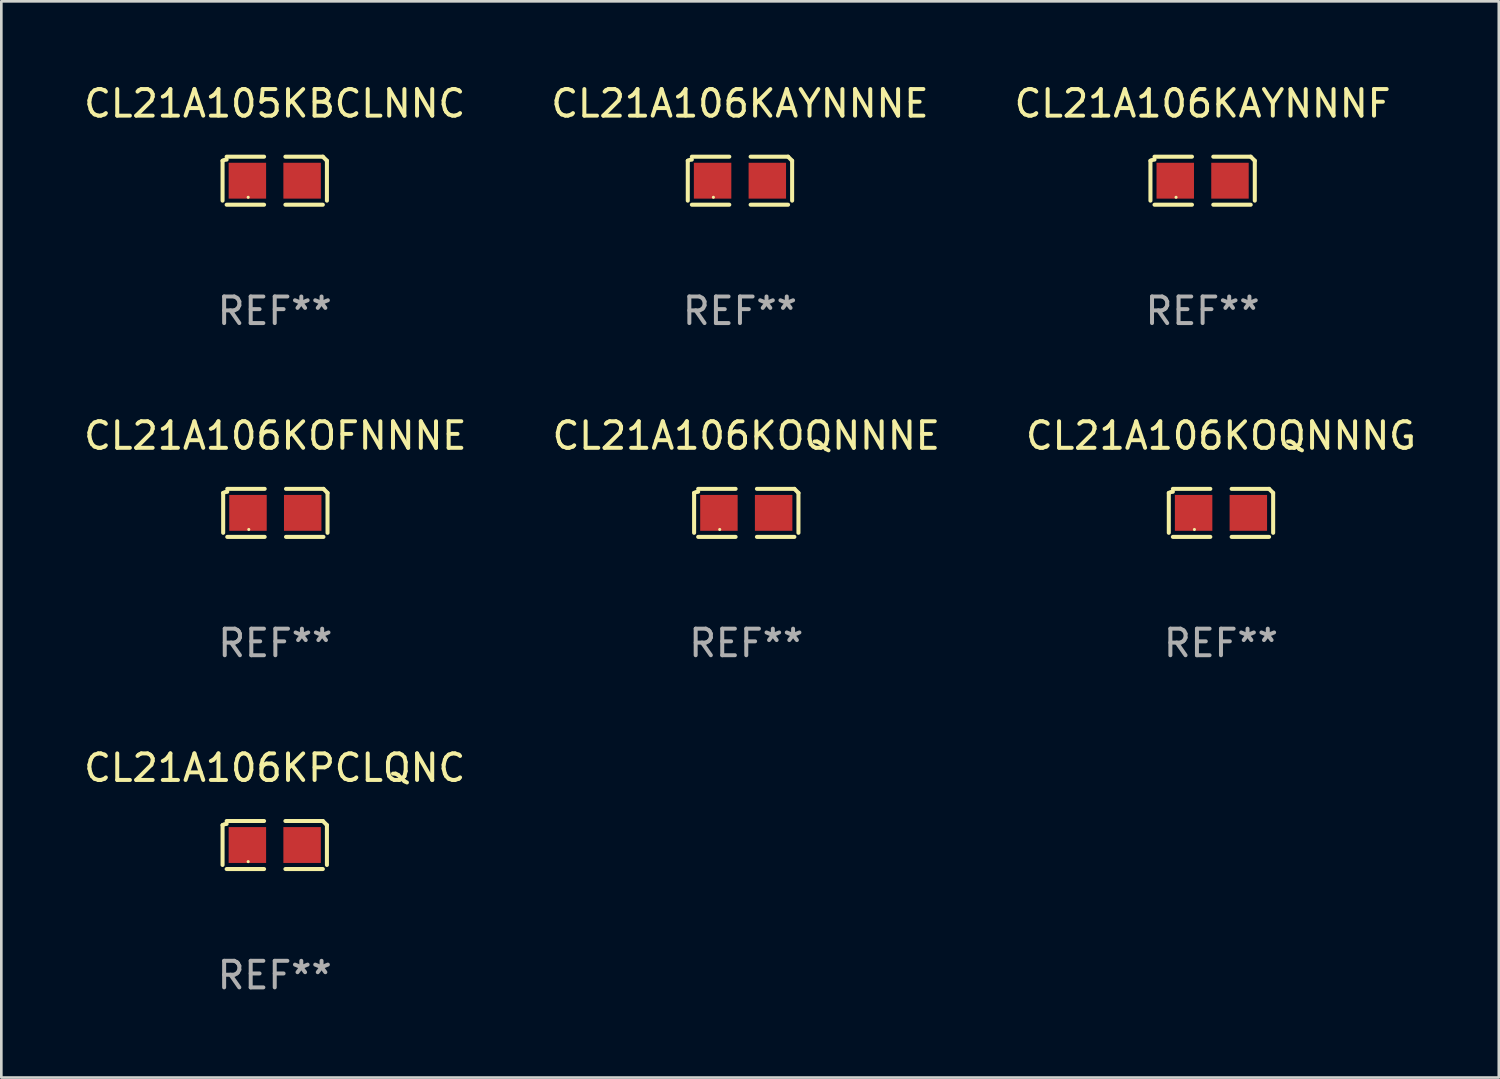
<source format=kicad_pcb>
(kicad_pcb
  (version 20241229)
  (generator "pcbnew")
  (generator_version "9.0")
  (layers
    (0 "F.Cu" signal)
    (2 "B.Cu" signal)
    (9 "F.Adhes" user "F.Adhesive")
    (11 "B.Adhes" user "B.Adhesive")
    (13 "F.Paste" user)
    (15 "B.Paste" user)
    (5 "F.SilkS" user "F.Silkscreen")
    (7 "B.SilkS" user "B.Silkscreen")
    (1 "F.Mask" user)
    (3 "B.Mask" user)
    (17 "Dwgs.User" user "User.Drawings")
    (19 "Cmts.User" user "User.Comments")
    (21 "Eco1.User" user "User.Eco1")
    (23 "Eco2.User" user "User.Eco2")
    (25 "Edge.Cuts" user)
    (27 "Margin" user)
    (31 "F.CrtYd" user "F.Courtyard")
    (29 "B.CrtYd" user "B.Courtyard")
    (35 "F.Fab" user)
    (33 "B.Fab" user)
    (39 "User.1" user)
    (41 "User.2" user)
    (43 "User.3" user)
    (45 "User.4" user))
  (footprint "CL21A106KOQNNNG"
    (layer "F.Cu")
    (at 42.911 16.256)
    (property "Reference" "CL21A106KOQNNNG" (at 0 -2.904 0) (layer "F.SilkS") (effects (font (size 1 1) (thickness 0.15))))
    (attr through_hole)
    (fp_line (start -1.964 0.751) (end -1.964 -0.751) (stroke (width 0.152) (type solid)) (layer "F.SilkS"))
    (fp_line (start -1.811 -0.904) (end -0.401 -0.904) (stroke (width 0.152) (type solid)) (layer "F.SilkS"))
    (fp_line (start -0.401 0.904) (end -1.811 0.904) (stroke (width 0.152) (type solid)) (layer "F.SilkS"))
    (fp_line (start 0.401 0.904) (end 1.811 0.904) (stroke (width 0.152) (type solid)) (layer "F.SilkS"))
    (fp_line (start 1.811 -0.904) (end 0.401 -0.904) (stroke (width 0.152) (type solid)) (layer "F.SilkS"))
    (fp_line (start 1.964 0.751) (end 1.964 -0.751) (stroke (width 0.152) (type solid)) (layer "F.SilkS"))
    (fp_arc (start -1.963602 -0.751207) (mid -1.890354 -0.783131) (end -1.811201 -0.794044) (stroke (width 0.1524) (type solid)) (layer "F.SilkS"))
    (fp_arc (start 1.811202 -0.903607) (mid 1.887413 -0.827418) (end 1.963602 -0.751207) (stroke (width 0.1524) (type solid)) (layer "F.SilkS"))
    (fp_circle (center -1 0.625) (end -0.97 0.625) (stroke (width 0.06) (type solid)) (fill no) (layer "F.SilkS"))
    (fp_text user "REF**" (at 0 4.904 0) (layer "F.Fab") (effects (font (size 1 1) (thickness 0.15))))
    (pad "1" smd rect (at -1.03 0) (size 1.41 1.35) (layers "F.Cu" "F.Mask" "F.Paste"))
    (pad "2" smd rect (at 1.03 0) (size 1.41 1.35) (layers "F.Cu" "F.Mask" "F.Paste")))
  (footprint "CL21A105KBCLNNC"
    (layer "F.Cu")
    (at 7.292 3.752)
    (property "Reference" "CL21A105KBCLNNC" (at 0 -2.904 0) (layer "F.SilkS") (effects (font (size 1 1) (thickness 0.15))))
    (attr through_hole)
    (fp_line (start -1.964 0.751) (end -1.964 -0.751) (stroke (width 0.152) (type solid)) (layer "F.SilkS"))
    (fp_line (start -1.811 -0.904) (end -0.401 -0.904) (stroke (width 0.152) (type solid)) (layer "F.SilkS"))
    (fp_line (start -0.401 0.904) (end -1.811 0.904) (stroke (width 0.152) (type solid)) (layer "F.SilkS"))
    (fp_line (start 0.401 0.904) (end 1.811 0.904) (stroke (width 0.152) (type solid)) (layer "F.SilkS"))
    (fp_line (start 1.811 -0.904) (end 0.401 -0.904) (stroke (width 0.152) (type solid)) (layer "F.SilkS"))
    (fp_line (start 1.964 0.751) (end 1.964 -0.751) (stroke (width 0.152) (type solid)) (layer "F.SilkS"))
    (fp_arc (start -1.963602 -0.751207) (mid -1.890354 -0.783131) (end -1.811201 -0.794044) (stroke (width 0.1524) (type solid)) (layer "F.SilkS"))
    (fp_arc (start 1.811202 -0.903607) (mid 1.887413 -0.827418) (end 1.963602 -0.751207) (stroke (width 0.1524) (type solid)) (layer "F.SilkS"))
    (fp_circle (center -1 0.625) (end -0.97 0.625) (stroke (width 0.06) (type solid)) (fill no) (layer "F.SilkS"))
    (fp_text user "REF**" (at 0 4.904 0) (layer "F.Fab") (effects (font (size 1 1) (thickness 0.15))))
    (pad "1" smd rect (at -1.03 0) (size 1.41 1.35) (layers "F.Cu" "F.Mask" "F.Paste"))
    (pad "2" smd rect (at 1.03 0) (size 1.41 1.35) (layers "F.Cu" "F.Mask" "F.Paste")))
  (footprint "CL21A106KAYNNNF"
    (layer "F.Cu")
    (at 42.22 3.752)
    (property "Reference" "CL21A106KAYNNNF" (at 0 -2.904 0) (layer "F.SilkS") (effects (font (size 1 1) (thickness 0.15))))
    (attr through_hole)
    (fp_line (start -1.964 0.751) (end -1.964 -0.751) (stroke (width 0.152) (type solid)) (layer "F.SilkS"))
    (fp_line (start -1.811 -0.904) (end -0.401 -0.904) (stroke (width 0.152) (type solid)) (layer "F.SilkS"))
    (fp_line (start -0.401 0.904) (end -1.811 0.904) (stroke (width 0.152) (type solid)) (layer "F.SilkS"))
    (fp_line (start 0.401 0.904) (end 1.811 0.904) (stroke (width 0.152) (type solid)) (layer "F.SilkS"))
    (fp_line (start 1.811 -0.904) (end 0.401 -0.904) (stroke (width 0.152) (type solid)) (layer "F.SilkS"))
    (fp_line (start 1.964 0.751) (end 1.964 -0.751) (stroke (width 0.152) (type solid)) (layer "F.SilkS"))
    (fp_arc (start -1.963602 -0.751207) (mid -1.890354 -0.783131) (end -1.811201 -0.794044) (stroke (width 0.1524) (type solid)) (layer "F.SilkS"))
    (fp_arc (start 1.811202 -0.903607) (mid 1.887413 -0.827418) (end 1.963602 -0.751207) (stroke (width 0.1524) (type solid)) (layer "F.SilkS"))
    (fp_circle (center -1 0.625) (end -0.97 0.625) (stroke (width 0.06) (type solid)) (fill no) (layer "F.SilkS"))
    (fp_text user "REF**" (at 0 4.904 0) (layer "F.Fab") (effects (font (size 1 1) (thickness 0.15))))
    (pad "1" smd rect (at -1.03 0) (size 1.41 1.35) (layers "F.Cu" "F.Mask" "F.Paste"))
    (pad "2" smd rect (at 1.03 0) (size 1.41 1.35) (layers "F.Cu" "F.Mask" "F.Paste")))
  (footprint "CL21A106KOFNNNE"
    (layer "F.Cu")
    (at 7.315 16.256)
    (property "Reference" "CL21A106KOFNNNE" (at 0 -2.904 0) (layer "F.SilkS") (effects (font (size 1 1) (thickness 0.15))))
    (attr through_hole)
    (fp_line (start -1.964 0.751) (end -1.964 -0.751) (stroke (width 0.152) (type solid)) (layer "F.SilkS"))
    (fp_line (start -1.811 -0.904) (end -0.401 -0.904) (stroke (width 0.152) (type solid)) (layer "F.SilkS"))
    (fp_line (start -0.401 0.904) (end -1.811 0.904) (stroke (width 0.152) (type solid)) (layer "F.SilkS"))
    (fp_line (start 0.401 0.904) (end 1.811 0.904) (stroke (width 0.152) (type solid)) (layer "F.SilkS"))
    (fp_line (start 1.811 -0.904) (end 0.401 -0.904) (stroke (width 0.152) (type solid)) (layer "F.SilkS"))
    (fp_line (start 1.964 0.751) (end 1.964 -0.751) (stroke (width 0.152) (type solid)) (layer "F.SilkS"))
    (fp_arc (start -1.963602 -0.751207) (mid -1.890354 -0.783131) (end -1.811201 -0.794044) (stroke (width 0.1524) (type solid)) (layer "F.SilkS"))
    (fp_arc (start 1.811202 -0.903607) (mid 1.887413 -0.827418) (end 1.963602 -0.751207) (stroke (width 0.1524) (type solid)) (layer "F.SilkS"))
    (fp_circle (center -1 0.625) (end -0.97 0.625) (stroke (width 0.06) (type solid)) (fill no) (layer "F.SilkS"))
    (fp_text user "REF**" (at 0 4.904 0) (layer "F.Fab") (effects (font (size 1 1) (thickness 0.15))))
    (pad "1" smd rect (at -1.03 0) (size 1.41 1.35) (layers "F.Cu" "F.Mask" "F.Paste"))
    (pad "2" smd rect (at 1.03 0) (size 1.41 1.35) (layers "F.Cu" "F.Mask" "F.Paste")))
  (footprint "CL21A106KPCLQNC"
    (layer "F.Cu")
    (at 7.292 28.759)
    (property "Reference" "CL21A106KPCLQNC" (at 0 -2.904 0) (layer "F.SilkS") (effects (font (size 1 1) (thickness 0.15))))
    (attr through_hole)
    (fp_line (start -1.964 0.751) (end -1.964 -0.751) (stroke (width 0.152) (type solid)) (layer "F.SilkS"))
    (fp_line (start -1.811 -0.904) (end -0.401 -0.904) (stroke (width 0.152) (type solid)) (layer "F.SilkS"))
    (fp_line (start -0.401 0.904) (end -1.811 0.904) (stroke (width 0.152) (type solid)) (layer "F.SilkS"))
    (fp_line (start 0.401 0.904) (end 1.811 0.904) (stroke (width 0.152) (type solid)) (layer "F.SilkS"))
    (fp_line (start 1.811 -0.904) (end 0.401 -0.904) (stroke (width 0.152) (type solid)) (layer "F.SilkS"))
    (fp_line (start 1.964 0.751) (end 1.964 -0.751) (stroke (width 0.152) (type solid)) (layer "F.SilkS"))
    (fp_arc (start -1.963602 -0.751207) (mid -1.890354 -0.783131) (end -1.811201 -0.794044) (stroke (width 0.1524) (type solid)) (layer "F.SilkS"))
    (fp_arc (start 1.811202 -0.903607) (mid 1.887413 -0.827418) (end 1.963602 -0.751207) (stroke (width 0.1524) (type solid)) (layer "F.SilkS"))
    (fp_circle (center -1 0.625) (end -0.97 0.625) (stroke (width 0.06) (type solid)) (fill no) (layer "F.SilkS"))
    (fp_text user "REF**" (at 0 4.904 0) (layer "F.Fab") (effects (font (size 1 1) (thickness 0.15))))
    (pad "1" smd rect (at -1.03 0) (size 1.41 1.35) (layers "F.Cu" "F.Mask" "F.Paste"))
    (pad "2" smd rect (at 1.03 0) (size 1.41 1.35) (layers "F.Cu" "F.Mask" "F.Paste")))
  (footprint "CL21A106KOQNNNE"
    (layer "F.Cu")
    (at 25.042 16.256)
    (property "Reference" "CL21A106KOQNNNE" (at 0 -2.904 0) (layer "F.SilkS") (effects (font (size 1 1) (thickness 0.15))))
    (attr through_hole)
    (fp_line (start -1.964 0.751) (end -1.964 -0.751) (stroke (width 0.152) (type solid)) (layer "F.SilkS"))
    (fp_line (start -1.811 -0.904) (end -0.401 -0.904) (stroke (width 0.152) (type solid)) (layer "F.SilkS"))
    (fp_line (start -0.401 0.904) (end -1.811 0.904) (stroke (width 0.152) (type solid)) (layer "F.SilkS"))
    (fp_line (start 0.401 0.904) (end 1.811 0.904) (stroke (width 0.152) (type solid)) (layer "F.SilkS"))
    (fp_line (start 1.811 -0.904) (end 0.401 -0.904) (stroke (width 0.152) (type solid)) (layer "F.SilkS"))
    (fp_line (start 1.964 0.751) (end 1.964 -0.751) (stroke (width 0.152) (type solid)) (layer "F.SilkS"))
    (fp_arc (start -1.963602 -0.751207) (mid -1.890354 -0.783131) (end -1.811201 -0.794044) (stroke (width 0.1524) (type solid)) (layer "F.SilkS"))
    (fp_arc (start 1.811202 -0.903607) (mid 1.887413 -0.827418) (end 1.963602 -0.751207) (stroke (width 0.1524) (type solid)) (layer "F.SilkS"))
    (fp_circle (center -1 0.625) (end -0.97 0.625) (stroke (width 0.06) (type solid)) (fill no) (layer "F.SilkS"))
    (fp_text user "REF**" (at 0 4.904 0) (layer "F.Fab") (effects (font (size 1 1) (thickness 0.15))))
    (pad "1" smd rect (at -1.03 0) (size 1.41 1.35) (layers "F.Cu" "F.Mask" "F.Paste"))
    (pad "2" smd rect (at 1.03 0) (size 1.41 1.35) (layers "F.Cu" "F.Mask" "F.Paste")))
  (footprint "CL21A106KAYNNNE"
    (layer "F.Cu")
    (at 24.804 3.752)
    (property "Reference" "CL21A106KAYNNNE" (at 0 -2.904 0) (layer "F.SilkS") (effects (font (size 1 1) (thickness 0.15))))
    (attr through_hole)
    (fp_line (start -1.964 0.751) (end -1.964 -0.751) (stroke (width 0.152) (type solid)) (layer "F.SilkS"))
    (fp_line (start -1.811 -0.904) (end -0.401 -0.904) (stroke (width 0.152) (type solid)) (layer "F.SilkS"))
    (fp_line (start -0.401 0.904) (end -1.811 0.904) (stroke (width 0.152) (type solid)) (layer "F.SilkS"))
    (fp_line (start 0.401 0.904) (end 1.811 0.904) (stroke (width 0.152) (type solid)) (layer "F.SilkS"))
    (fp_line (start 1.811 -0.904) (end 0.401 -0.904) (stroke (width 0.152) (type solid)) (layer "F.SilkS"))
    (fp_line (start 1.964 0.751) (end 1.964 -0.751) (stroke (width 0.152) (type solid)) (layer "F.SilkS"))
    (fp_arc (start -1.963602 -0.751207) (mid -1.890354 -0.783131) (end -1.811201 -0.794044) (stroke (width 0.1524) (type solid)) (layer "F.SilkS"))
    (fp_arc (start 1.811202 -0.903607) (mid 1.887413 -0.827418) (end 1.963602 -0.751207) (stroke (width 0.1524) (type solid)) (layer "F.SilkS"))
    (fp_circle (center -1 0.625) (end -0.97 0.625) (stroke (width 0.06) (type solid)) (fill no) (layer "F.SilkS"))
    (fp_text user "REF**" (at 0 4.904 0) (layer "F.Fab") (effects (font (size 1 1) (thickness 0.15))))
    (pad "1" smd rect (at -1.03 0) (size 1.41 1.35) (layers "F.Cu" "F.Mask" "F.Paste"))
    (pad "2" smd rect (at 1.03 0) (size 1.41 1.35) (layers "F.Cu" "F.Mask" "F.Paste")))
  (gr_rect
    (start -3 -3)
    (end 53.369 37.511)
    (stroke (width 0.1) (type default))
    (fill no)
    (layer "Edge.Cuts")))
</source>
